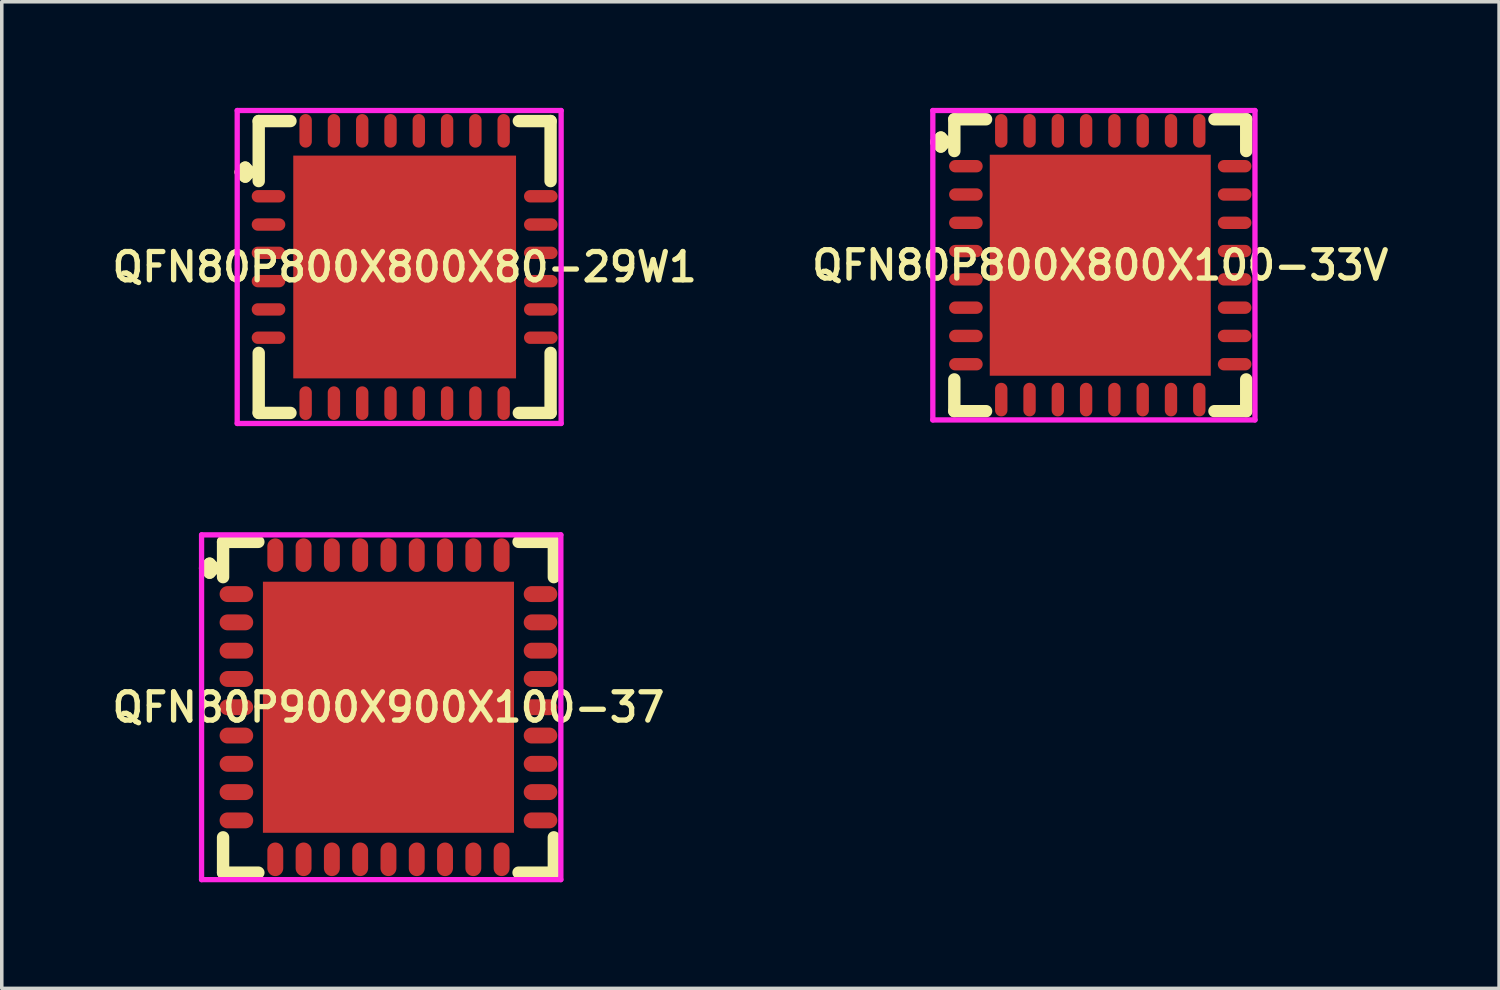
<source format=kicad_pcb>
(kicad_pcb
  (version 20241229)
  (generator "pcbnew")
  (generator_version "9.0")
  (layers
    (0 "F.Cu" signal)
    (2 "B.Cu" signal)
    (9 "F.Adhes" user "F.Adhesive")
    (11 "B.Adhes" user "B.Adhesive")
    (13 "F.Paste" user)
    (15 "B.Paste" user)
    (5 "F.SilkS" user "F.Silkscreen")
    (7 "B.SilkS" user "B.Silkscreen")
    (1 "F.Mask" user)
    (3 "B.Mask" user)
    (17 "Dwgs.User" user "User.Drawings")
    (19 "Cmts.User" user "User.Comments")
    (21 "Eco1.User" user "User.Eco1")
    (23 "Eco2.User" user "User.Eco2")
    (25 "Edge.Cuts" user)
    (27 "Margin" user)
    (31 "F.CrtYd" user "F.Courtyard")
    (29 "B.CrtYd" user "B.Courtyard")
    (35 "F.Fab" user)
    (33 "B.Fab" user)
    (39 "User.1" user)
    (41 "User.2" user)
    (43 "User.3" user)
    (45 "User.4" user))
  (footprint "QFN80P900X900X100-37"
    (layer "F.Cu")
    (at 7.935 16.95)
    (property "Reference" "QFN80P900X900X100-37" (at 0 0 0) (layer "F.SilkS") (effects (font (size 0.8 0.8) (thickness 0.15))))
    (attr through_hole)
    (fp_line (start -5.185 -3.933) (end -5.058 -4.06) (stroke (width 0.35) (type solid)) (layer "F.SilkS"))
    (fp_line (start -5.058 -4.06) (end -4.931 -3.933) (stroke (width 0.35) (type solid)) (layer "F.SilkS"))
    (fp_line (start -5.058 -3.806) (end -5.185 -3.933) (stroke (width 0.35) (type solid)) (layer "F.SilkS"))
    (fp_line (start -4.931 -3.933) (end -5.058 -3.806) (stroke (width 0.35) (type solid)) (layer "F.SilkS"))
    (fp_line (start -4.677 -4.677) (end -3.679 -4.677) (stroke (width 0.35) (type solid)) (layer "F.SilkS"))
    (fp_line (start -4.677 -3.679) (end -4.677 -4.677) (stroke (width 0.35) (type solid)) (layer "F.SilkS"))
    (fp_line (start -4.677 3.679) (end -4.677 4.677) (stroke (width 0.35) (type solid)) (layer "F.SilkS"))
    (fp_line (start -4.677 4.677) (end -3.679 4.677) (stroke (width 0.35) (type solid)) (layer "F.SilkS"))
    (fp_line (start 3.679 -4.677) (end 4.677 -4.677) (stroke (width 0.35) (type solid)) (layer "F.SilkS"))
    (fp_line (start 3.679 4.677) (end 4.677 4.677) (stroke (width 0.35) (type solid)) (layer "F.SilkS"))
    (fp_line (start 4.677 -4.677) (end 4.677 -3.679) (stroke (width 0.35) (type solid)) (layer "F.SilkS"))
    (fp_line (start 4.677 4.677) (end 4.677 3.679) (stroke (width 0.35) (type solid)) (layer "F.SilkS"))
    (fp_line (start -5.285 -4.875) (end 4.875 -4.875) (stroke (width 0.15) (type solid)) (layer "F.CrtYd"))
    (fp_line (start -5.285 4.875) (end -5.285 -4.875) (stroke (width 0.15) (type solid)) (layer "F.CrtYd"))
    (fp_line (start 4.875 -4.875) (end 4.875 4.875) (stroke (width 0.15) (type solid)) (layer "F.CrtYd"))
    (fp_line (start 4.875 4.875) (end -5.285 4.875) (stroke (width 0.15) (type solid)) (layer "F.CrtYd"))
    (pad "1" smd oval (at -4.3 -3.2) (size 0.95 0.45) (layers "F.Cu" "F.Mask" "F.Paste"))
    (pad "2" smd oval (at -4.3 -2.4) (size 0.95 0.45) (layers "F.Cu" "F.Mask" "F.Paste"))
    (pad "3" smd oval (at -4.3 -1.6) (size 0.95 0.45) (layers "F.Cu" "F.Mask" "F.Paste"))
    (pad "4" smd oval (at -4.3 -0.8) (size 0.95 0.45) (layers "F.Cu" "F.Mask" "F.Paste"))
    (pad "5" smd oval (at -4.3 0) (size 0.95 0.45) (layers "F.Cu" "F.Mask" "F.Paste"))
    (pad "6" smd oval (at -4.3 0.8) (size 0.95 0.45) (layers "F.Cu" "F.Mask" "F.Paste"))
    (pad "7" smd oval (at -4.3 1.6) (size 0.95 0.45) (layers "F.Cu" "F.Mask" "F.Paste"))
    (pad "8" smd oval (at -4.3 2.4) (size 0.95 0.45) (layers "F.Cu" "F.Mask" "F.Paste"))
    (pad "9" smd oval (at -4.3 3.2) (size 0.95 0.45) (layers "F.Cu" "F.Mask" "F.Paste"))
    (pad "10" smd oval (at -3.2 4.3) (size 0.45 0.95) (layers "F.Cu" "F.Mask" "F.Paste"))
    (pad "11" smd oval (at -2.4 4.3) (size 0.45 0.95) (layers "F.Cu" "F.Mask" "F.Paste"))
    (pad "12" smd oval (at -1.6 4.3) (size 0.45 0.95) (layers "F.Cu" "F.Mask" "F.Paste"))
    (pad "13" smd oval (at -0.8 4.3) (size 0.45 0.95) (layers "F.Cu" "F.Mask" "F.Paste"))
    (pad "14" smd oval (at 0 4.3) (size 0.45 0.95) (layers "F.Cu" "F.Mask" "F.Paste"))
    (pad "15" smd oval (at 0.8 4.3) (size 0.45 0.95) (layers "F.Cu" "F.Mask" "F.Paste"))
    (pad "16" smd oval (at 1.6 4.3) (size 0.45 0.95) (layers "F.Cu" "F.Mask" "F.Paste"))
    (pad "17" smd oval (at 2.4 4.3) (size 0.45 0.95) (layers "F.Cu" "F.Mask" "F.Paste"))
    (pad "18" smd oval (at 3.2 4.3) (size 0.45 0.95) (layers "F.Cu" "F.Mask" "F.Paste"))
    (pad "19" smd oval (at 4.3 3.2) (size 0.95 0.45) (layers "F.Cu" "F.Mask" "F.Paste"))
    (pad "20" smd oval (at 4.3 2.4) (size 0.95 0.45) (layers "F.Cu" "F.Mask" "F.Paste"))
    (pad "21" smd oval (at 4.3 1.6) (size 0.95 0.45) (layers "F.Cu" "F.Mask" "F.Paste"))
    (pad "22" smd oval (at 4.3 0.8) (size 0.95 0.45) (layers "F.Cu" "F.Mask" "F.Paste"))
    (pad "23" smd oval (at 4.3 0) (size 0.95 0.45) (layers "F.Cu" "F.Mask" "F.Paste"))
    (pad "24" smd oval (at 4.3 -0.8) (size 0.95 0.45) (layers "F.Cu" "F.Mask" "F.Paste"))
    (pad "25" smd oval (at 4.3 -1.6) (size 0.95 0.45) (layers "F.Cu" "F.Mask" "F.Paste"))
    (pad "26" smd oval (at 4.3 -2.4) (size 0.95 0.45) (layers "F.Cu" "F.Mask" "F.Paste"))
    (pad "27" smd oval (at 4.3 -3.2) (size 0.95 0.45) (layers "F.Cu" "F.Mask" "F.Paste"))
    (pad "28" smd oval (at 3.2 -4.3) (size 0.45 0.95) (layers "F.Cu" "F.Mask" "F.Paste"))
    (pad "29" smd oval (at 2.4 -4.3) (size 0.45 0.95) (layers "F.Cu" "F.Mask" "F.Paste"))
    (pad "30" smd oval (at 1.6 -4.3) (size 0.45 0.95) (layers "F.Cu" "F.Mask" "F.Paste"))
    (pad "31" smd oval (at 0.8 -4.3) (size 0.45 0.95) (layers "F.Cu" "F.Mask" "F.Paste"))
    (pad "32" smd oval (at 0 -4.3) (size 0.45 0.95) (layers "F.Cu" "F.Mask" "F.Paste"))
    (pad "33" smd oval (at -0.8 -4.3) (size 0.45 0.95) (layers "F.Cu" "F.Mask" "F.Paste"))
    (pad "34" smd oval (at -1.6 -4.3) (size 0.45 0.95) (layers "F.Cu" "F.Mask" "F.Paste"))
    (pad "35" smd oval (at -2.4 -4.3) (size 0.45 0.95) (layers "F.Cu" "F.Mask" "F.Paste"))
    (pad "36" smd oval (at -3.2 -4.3) (size 0.45 0.95) (layers "F.Cu" "F.Mask" "F.Paste"))
    (pad "37" smd rect (at 0 0) (size 7.1 7.1) (layers "F.Cu" "F.Mask" "F.Paste")))
  (footprint "QFN80P800X800X80-29W1"
    (layer "F.Cu")
    (at 8.393 4.5)
    (property "Reference" "QFN80P800X800X80-29W1" (at 0 0 0) (layer "F.SilkS") (effects (font (size 0.8 0.8) (thickness 0.15))))
    (attr smd)
    (fp_line (start -4.635 -2.683) (end -4.508 -2.81) (stroke (width 0.35) (type solid)) (layer "F.SilkS"))
    (fp_line (start -4.508 -2.81) (end -4.381 -2.683) (stroke (width 0.35) (type solid)) (layer "F.SilkS"))
    (fp_line (start -4.508 -2.556) (end -4.635 -2.683) (stroke (width 0.35) (type solid)) (layer "F.SilkS"))
    (fp_line (start -4.381 -2.683) (end -4.508 -2.556) (stroke (width 0.35) (type solid)) (layer "F.SilkS"))
    (fp_line (start -4.127 -4.127) (end -3.229 -4.127) (stroke (width 0.35) (type solid)) (layer "F.SilkS"))
    (fp_line (start -4.127 -2.429) (end -4.127 -4.127) (stroke (width 0.35) (type solid)) (layer "F.SilkS"))
    (fp_line (start -4.127 2.429) (end -4.127 4.127) (stroke (width 0.35) (type solid)) (layer "F.SilkS"))
    (fp_line (start -4.127 4.127) (end -3.229 4.127) (stroke (width 0.35) (type solid)) (layer "F.SilkS"))
    (fp_line (start 3.229 -4.127) (end 4.127 -4.127) (stroke (width 0.35) (type solid)) (layer "F.SilkS"))
    (fp_line (start 3.229 4.127) (end 4.127 4.127) (stroke (width 0.35) (type solid)) (layer "F.SilkS"))
    (fp_line (start 4.127 -4.127) (end 4.127 -2.429) (stroke (width 0.35) (type solid)) (layer "F.SilkS"))
    (fp_line (start 4.127 4.127) (end 4.127 2.429) (stroke (width 0.35) (type solid)) (layer "F.SilkS"))
    (fp_line (start -4.735 -4.425) (end 4.425 -4.425) (stroke (width 0.15) (type solid)) (layer "F.CrtYd"))
    (fp_line (start -4.735 4.425) (end -4.735 -4.425) (stroke (width 0.15) (type solid)) (layer "F.CrtYd"))
    (fp_line (start 4.425 -4.425) (end 4.425 4.425) (stroke (width 0.15) (type solid)) (layer "F.CrtYd"))
    (fp_line (start 4.425 4.425) (end -4.735 4.425) (stroke (width 0.15) (type solid)) (layer "F.CrtYd"))
    (pad "1" smd oval (at -3.85 -2) (size 0.95 0.35) (layers "F.Cu" "F.Mask" "F.Paste"))
    (pad "2" smd oval (at -3.85 -1.2) (size 0.95 0.35) (layers "F.Cu" "F.Mask" "F.Paste"))
    (pad "3" smd oval (at -3.85 -0.4) (size 0.95 0.35) (layers "F.Cu" "F.Mask" "F.Paste"))
    (pad "4" smd oval (at -3.85 0.4) (size 0.95 0.35) (layers "F.Cu" "F.Mask" "F.Paste"))
    (pad "5" smd oval (at -3.85 1.2) (size 0.95 0.35) (layers "F.Cu" "F.Mask" "F.Paste"))
    (pad "6" smd oval (at -3.85 2) (size 0.95 0.35) (layers "F.Cu" "F.Mask" "F.Paste"))
    (pad "7" smd oval (at -2.8 3.85) (size 0.35 0.95) (layers "F.Cu" "F.Mask" "F.Paste"))
    (pad "8" smd oval (at -2 3.85) (size 0.35 0.95) (layers "F.Cu" "F.Mask" "F.Paste"))
    (pad "9" smd oval (at -1.2 3.85) (size 0.35 0.95) (layers "F.Cu" "F.Mask" "F.Paste"))
    (pad "10" smd oval (at -0.4 3.85) (size 0.35 0.95) (layers "F.Cu" "F.Mask" "F.Paste"))
    (pad "11" smd oval (at 0.4 3.85) (size 0.35 0.95) (layers "F.Cu" "F.Mask" "F.Paste"))
    (pad "12" smd oval (at 1.2 3.85) (size 0.35 0.95) (layers "F.Cu" "F.Mask" "F.Paste"))
    (pad "13" smd oval (at 2 3.85) (size 0.35 0.95) (layers "F.Cu" "F.Mask" "F.Paste"))
    (pad "14" smd oval (at 2.8 3.85) (size 0.35 0.95) (layers "F.Cu" "F.Mask" "F.Paste"))
    (pad "15" smd oval (at 3.85 2) (size 0.95 0.35) (layers "F.Cu" "F.Mask" "F.Paste"))
    (pad "16" smd oval (at 3.85 1.2) (size 0.95 0.35) (layers "F.Cu" "F.Mask" "F.Paste"))
    (pad "17" smd oval (at 3.85 0.4) (size 0.95 0.35) (layers "F.Cu" "F.Mask" "F.Paste"))
    (pad "18" smd oval (at 3.85 -0.4) (size 0.95 0.35) (layers "F.Cu" "F.Mask" "F.Paste"))
    (pad "19" smd oval (at 3.85 -1.2) (size 0.95 0.35) (layers "F.Cu" "F.Mask" "F.Paste"))
    (pad "20" smd oval (at 3.85 -2) (size 0.95 0.35) (layers "F.Cu" "F.Mask" "F.Paste"))
    (pad "21" smd oval (at 2.8 -3.85) (size 0.35 0.95) (layers "F.Cu" "F.Mask" "F.Paste"))
    (pad "22" smd oval (at 2 -3.85) (size 0.35 0.95) (layers "F.Cu" "F.Mask" "F.Paste"))
    (pad "23" smd oval (at 1.2 -3.85) (size 0.35 0.95) (layers "F.Cu" "F.Mask" "F.Paste"))
    (pad "24" smd oval (at 0.4 -3.85) (size 0.35 0.95) (layers "F.Cu" "F.Mask" "F.Paste"))
    (pad "25" smd oval (at -0.4 -3.85) (size 0.35 0.95) (layers "F.Cu" "F.Mask" "F.Paste"))
    (pad "26" smd oval (at -1.2 -3.85) (size 0.35 0.95) (layers "F.Cu" "F.Mask" "F.Paste"))
    (pad "27" smd oval (at -2 -3.85) (size 0.35 0.95) (layers "F.Cu" "F.Mask" "F.Paste"))
    (pad "28" smd oval (at -2.8 -3.85) (size 0.35 0.95) (layers "F.Cu" "F.Mask" "F.Paste"))
    (pad "29" smd rect (at 0 0) (size 6.3 6.3) (layers "F.Cu" "F.Mask" "F.Paste")))
  (footprint "QFN80P800X800X100-33V"
    (layer "F.Cu")
    (at 28.064 4.45)
    (property "Reference" "QFN80P800X800X100-33V" (at 0 0 0) (layer "F.SilkS") (effects (font (size 0.8 0.8) (thickness 0.15))))
    (attr smd)
    (fp_line (start -4.635 -3.483) (end -4.508 -3.61) (stroke (width 0.35) (type solid)) (layer "F.SilkS"))
    (fp_line (start -4.508 -3.61) (end -4.381 -3.483) (stroke (width 0.35) (type solid)) (layer "F.SilkS"))
    (fp_line (start -4.508 -3.356) (end -4.635 -3.483) (stroke (width 0.35) (type solid)) (layer "F.SilkS"))
    (fp_line (start -4.381 -3.483) (end -4.508 -3.356) (stroke (width 0.35) (type solid)) (layer "F.SilkS"))
    (fp_line (start -4.127 -4.127) (end -3.229 -4.127) (stroke (width 0.35) (type solid)) (layer "F.SilkS"))
    (fp_line (start -4.127 -3.229) (end -4.127 -4.127) (stroke (width 0.35) (type solid)) (layer "F.SilkS"))
    (fp_line (start -4.127 3.229) (end -4.127 4.127) (stroke (width 0.35) (type solid)) (layer "F.SilkS"))
    (fp_line (start -4.127 4.127) (end -3.229 4.127) (stroke (width 0.35) (type solid)) (layer "F.SilkS"))
    (fp_line (start 3.229 -4.127) (end 4.127 -4.127) (stroke (width 0.35) (type solid)) (layer "F.SilkS"))
    (fp_line (start 3.229 4.127) (end 4.127 4.127) (stroke (width 0.35) (type solid)) (layer "F.SilkS"))
    (fp_line (start 4.127 -4.127) (end 4.127 -3.229) (stroke (width 0.35) (type solid)) (layer "F.SilkS"))
    (fp_line (start 4.127 4.127) (end 4.127 3.229) (stroke (width 0.35) (type solid)) (layer "F.SilkS"))
    (fp_line (start -4.735 -4.375) (end 4.375 -4.375) (stroke (width 0.15) (type solid)) (layer "F.CrtYd"))
    (fp_line (start -4.735 4.375) (end -4.735 -4.375) (stroke (width 0.15) (type solid)) (layer "F.CrtYd"))
    (fp_line (start 4.375 -4.375) (end 4.375 4.375) (stroke (width 0.15) (type solid)) (layer "F.CrtYd"))
    (fp_line (start 4.375 4.375) (end -4.735 4.375) (stroke (width 0.15) (type solid)) (layer "F.CrtYd"))
    (pad "1" smd oval (at -3.8 -2.8) (size 0.95 0.35) (layers "F.Cu" "F.Mask" "F.Paste"))
    (pad "2" smd oval (at -3.8 -2) (size 0.95 0.35) (layers "F.Cu" "F.Mask" "F.Paste"))
    (pad "3" smd oval (at -3.8 -1.2) (size 0.95 0.35) (layers "F.Cu" "F.Mask" "F.Paste"))
    (pad "4" smd oval (at -3.8 -0.4) (size 0.95 0.35) (layers "F.Cu" "F.Mask" "F.Paste"))
    (pad "5" smd oval (at -3.8 0.4) (size 0.95 0.35) (layers "F.Cu" "F.Mask" "F.Paste"))
    (pad "6" smd oval (at -3.8 1.2) (size 0.95 0.35) (layers "F.Cu" "F.Mask" "F.Paste"))
    (pad "7" smd oval (at -3.8 2) (size 0.95 0.35) (layers "F.Cu" "F.Mask" "F.Paste"))
    (pad "8" smd oval (at -3.8 2.8) (size 0.95 0.35) (layers "F.Cu" "F.Mask" "F.Paste"))
    (pad "9" smd oval (at -2.8 3.8) (size 0.35 0.95) (layers "F.Cu" "F.Mask" "F.Paste"))
    (pad "10" smd oval (at -2 3.8) (size 0.35 0.95) (layers "F.Cu" "F.Mask" "F.Paste"))
    (pad "11" smd oval (at -1.2 3.8) (size 0.35 0.95) (layers "F.Cu" "F.Mask" "F.Paste"))
    (pad "12" smd oval (at -0.4 3.8) (size 0.35 0.95) (layers "F.Cu" "F.Mask" "F.Paste"))
    (pad "13" smd oval (at 0.4 3.8) (size 0.35 0.95) (layers "F.Cu" "F.Mask" "F.Paste"))
    (pad "14" smd oval (at 1.2 3.8) (size 0.35 0.95) (layers "F.Cu" "F.Mask" "F.Paste"))
    (pad "15" smd oval (at 2 3.8) (size 0.35 0.95) (layers "F.Cu" "F.Mask" "F.Paste"))
    (pad "16" smd oval (at 2.8 3.8) (size 0.35 0.95) (layers "F.Cu" "F.Mask" "F.Paste"))
    (pad "17" smd oval (at 3.8 2.8) (size 0.95 0.35) (layers "F.Cu" "F.Mask" "F.Paste"))
    (pad "18" smd oval (at 3.8 2) (size 0.95 0.35) (layers "F.Cu" "F.Mask" "F.Paste"))
    (pad "19" smd oval (at 3.8 1.2) (size 0.95 0.35) (layers "F.Cu" "F.Mask" "F.Paste"))
    (pad "20" smd oval (at 3.8 0.4) (size 0.95 0.35) (layers "F.Cu" "F.Mask" "F.Paste"))
    (pad "21" smd oval (at 3.8 -0.4) (size 0.95 0.35) (layers "F.Cu" "F.Mask" "F.Paste"))
    (pad "22" smd oval (at 3.8 -1.2) (size 0.95 0.35) (layers "F.Cu" "F.Mask" "F.Paste"))
    (pad "23" smd oval (at 3.8 -2) (size 0.95 0.35) (layers "F.Cu" "F.Mask" "F.Paste"))
    (pad "24" smd oval (at 3.8 -2.8) (size 0.95 0.35) (layers "F.Cu" "F.Mask" "F.Paste"))
    (pad "25" smd oval (at 2.8 -3.8) (size 0.35 0.95) (layers "F.Cu" "F.Mask" "F.Paste"))
    (pad "26" smd oval (at 2 -3.8) (size 0.35 0.95) (layers "F.Cu" "F.Mask" "F.Paste"))
    (pad "27" smd oval (at 1.2 -3.8) (size 0.35 0.95) (layers "F.Cu" "F.Mask" "F.Paste"))
    (pad "28" smd oval (at 0.4 -3.8) (size 0.35 0.95) (layers "F.Cu" "F.Mask" "F.Paste"))
    (pad "29" smd oval (at -0.4 -3.8) (size 0.35 0.95) (layers "F.Cu" "F.Mask" "F.Paste"))
    (pad "30" smd oval (at -1.2 -3.8) (size 0.35 0.95) (layers "F.Cu" "F.Mask" "F.Paste"))
    (pad "31" smd oval (at -2 -3.8) (size 0.35 0.95) (layers "F.Cu" "F.Mask" "F.Paste"))
    (pad "32" smd oval (at -2.8 -3.8) (size 0.35 0.95) (layers "F.Cu" "F.Mask" "F.Paste"))
    (pad "33" smd rect (at 0 0) (size 6.25 6.25) (layers "F.Cu" "F.Mask" "F.Paste")))
  (gr_rect
    (start -3 -3)
    (end 39.342 24.9)
    (stroke (width 0.1) (type default))
    (fill no)
    (layer "Edge.Cuts")))
</source>
